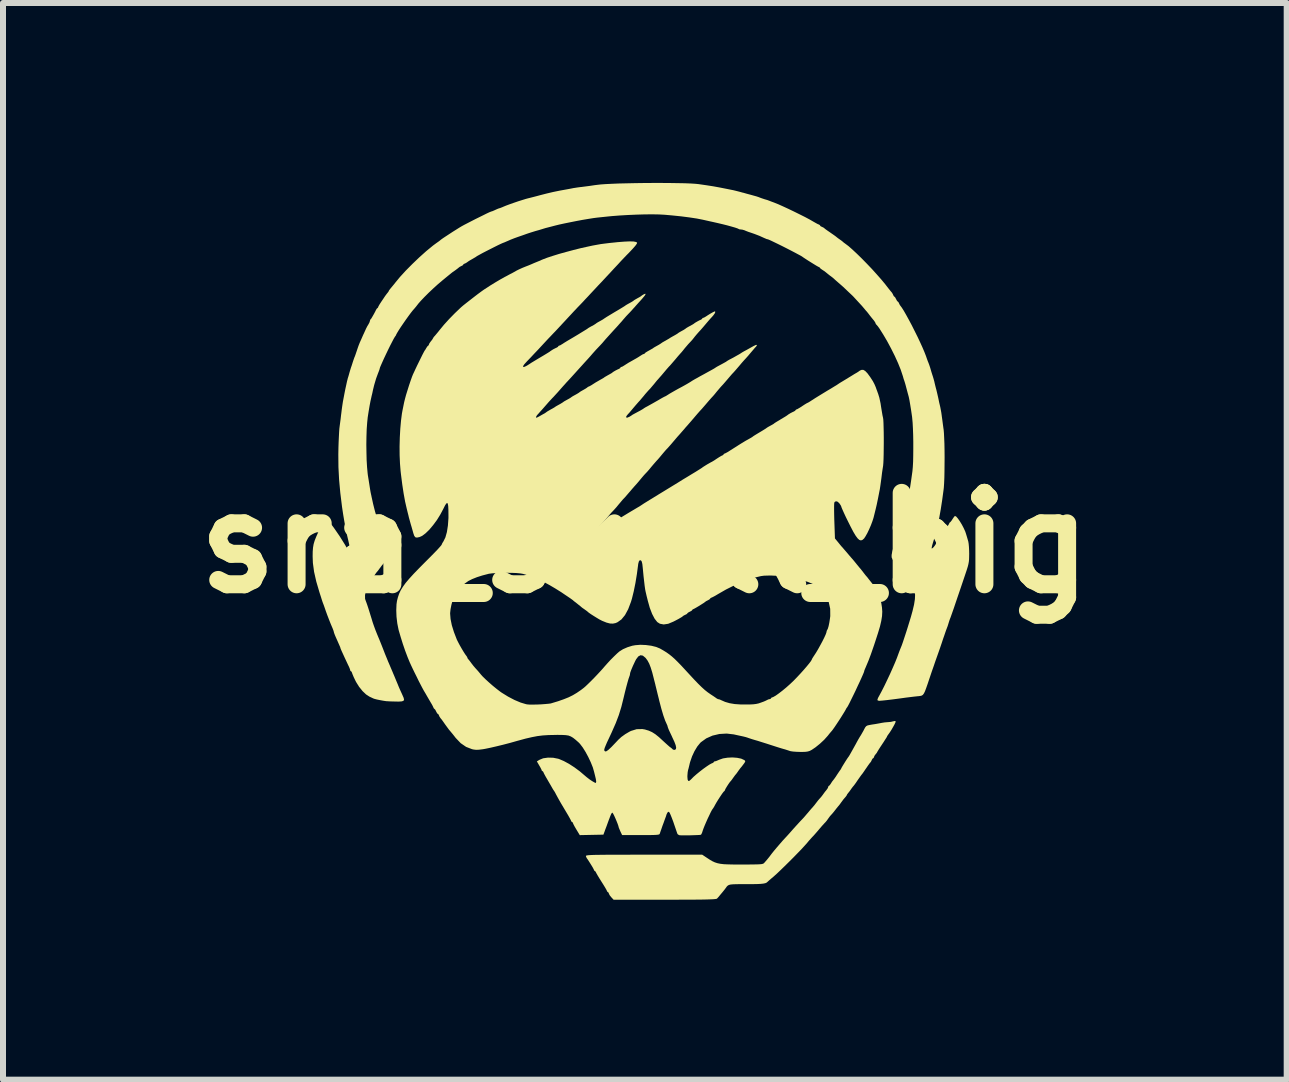
<source format=kicad_pcb>
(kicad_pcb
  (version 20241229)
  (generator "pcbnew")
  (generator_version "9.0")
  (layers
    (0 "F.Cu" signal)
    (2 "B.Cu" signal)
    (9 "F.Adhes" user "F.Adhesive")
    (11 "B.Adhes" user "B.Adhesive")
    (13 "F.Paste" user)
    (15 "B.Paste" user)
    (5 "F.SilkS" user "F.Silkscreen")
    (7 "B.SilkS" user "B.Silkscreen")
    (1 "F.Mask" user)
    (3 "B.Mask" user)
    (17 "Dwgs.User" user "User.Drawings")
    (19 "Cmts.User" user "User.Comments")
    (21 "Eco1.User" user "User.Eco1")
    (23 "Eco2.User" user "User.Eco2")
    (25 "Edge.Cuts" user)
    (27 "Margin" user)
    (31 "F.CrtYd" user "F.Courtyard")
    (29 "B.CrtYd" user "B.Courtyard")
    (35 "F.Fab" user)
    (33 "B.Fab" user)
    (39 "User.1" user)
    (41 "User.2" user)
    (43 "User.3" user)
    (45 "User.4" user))
  (footprint "sra_skull_big"
    (layer "F.Cu")
    (at 7.7 6.001)
    (property "Reference" "sra_skull_big" (at 0 0 0) (layer "F.SilkS") (effects (font (size 1.524 1.524) (thickness 0.3))))
    (attr board_only exclude_from_pos_files exclude_from_bom)
    (fp_poly (pts (xy 4.182 2.975) (xy 4.178 2.99) (xy 4.163 3.023) (xy 4.14 3.065) (xy 4.113 3.112) (xy 4.085 3.156) (xy 4.06 3.191) (xy 4.052 3.202) (xy 4.039 3.221) (xy 4.038 3.226) (xy 4.031 3.24) (xy 4.011 3.271) (xy 3.983 3.315) (xy 3.956 3.356) (xy 3.923 3.406) (xy 3.896 3.448) (xy 3.879 3.476) (xy 3.874 3.485) (xy 3.866 3.5) (xy 3.847 3.523) (xy 3.827 3.55) (xy 3.82 3.57) (xy 3.812 3.586) (xy 3.807 3.588) (xy 3.793 3.599) (xy 3.785 3.615) (xy 3.77 3.646) (xy 3.76 3.659) (xy 3.744 3.678) (xy 3.719 3.713) (xy 3.689 3.757) (xy 3.683 3.765) (xy 3.654 3.808) (xy 3.631 3.841) (xy 3.617 3.859) (xy 3.616 3.86) (xy 3.605 3.874) (xy 3.583 3.905) (xy 3.554 3.946) (xy 3.547 3.956) (xy 3.518 3.999) (xy 3.494 4.032) (xy 3.48 4.05) (xy 3.479 4.051) (xy 3.466 4.066) (xy 3.445 4.094) (xy 3.437 4.106) (xy 3.412 4.141) (xy 3.391 4.167) (xy 3.387 4.172) (xy 3.372 4.192) (xy 3.369 4.199) (xy 3.361 4.215) (xy 3.341 4.24) (xy 3.338 4.243) (xy 3.309 4.277) (xy 3.279 4.318) (xy 3.274 4.324) (xy 3.252 4.355) (xy 3.236 4.376) (xy 3.233 4.379) (xy 3.221 4.393) (xy 3.198 4.421) (xy 3.178 4.447) (xy 3.148 4.485) (xy 3.122 4.516) (xy 3.11 4.529) (xy 3.088 4.553) (xy 3.062 4.588) (xy 3.056 4.597) (xy 3.03 4.633) (xy 3.006 4.661) (xy 3.001 4.665) (xy 2.983 4.685) (xy 2.952 4.719) (xy 2.916 4.761) (xy 2.905 4.774) (xy 2.866 4.82) (xy 2.829 4.862) (xy 2.801 4.893) (xy 2.796 4.897) (xy 2.77 4.926) (xy 2.734 4.966) (xy 2.701 5.006) (xy 2.665 5.046) (xy 2.614 5.102) (xy 2.551 5.167) (xy 2.48 5.24) (xy 2.405 5.315) (xy 2.331 5.388) (xy 2.262 5.455) (xy 2.201 5.513) (xy 2.152 5.557) (xy 2.142 5.566) (xy 2.1 5.601) (xy 2.068 5.629) (xy 2.049 5.646) (xy 2.046 5.649) (xy 2.031 5.662) (xy 2.009 5.672) (xy 1.976 5.679) (xy 1.929 5.684) (xy 1.864 5.687) (xy 1.778 5.688) (xy 1.691 5.688) (xy 1.594 5.688) (xy 1.52 5.689) (xy 1.466 5.691) (xy 1.427 5.695) (xy 1.401 5.702) (xy 1.382 5.713) (xy 1.367 5.727) (xy 1.353 5.747) (xy 1.35 5.751) (xy 1.329 5.779) (xy 1.296 5.82) (xy 1.26 5.863) (xy 1.227 5.903) (xy 1.203 5.929) (xy 1.203 5.929) (xy 1.195 5.933) (xy 1.178 5.936) (xy 1.15 5.939) (xy 1.109 5.941) (xy 1.054 5.943) (xy 0.983 5.945) (xy 0.893 5.946) (xy 0.783 5.947) (xy 0.651 5.947) (xy 0.496 5.948) (xy 0.332 5.948) (xy -0.521 5.948) (xy -0.561 5.905) (xy -0.585 5.875) (xy -0.599 5.849) (xy -0.6 5.844) (xy -0.607 5.827) (xy -0.612 5.825) (xy -0.626 5.814) (xy -0.632 5.801) (xy -0.642 5.78) (xy -0.664 5.742) (xy -0.694 5.693) (xy -0.723 5.647) (xy -0.757 5.593) (xy -0.786 5.545) (xy -0.806 5.51) (xy -0.814 5.494) (xy -0.826 5.474) (xy -0.834 5.47) (xy -0.845 5.46) (xy -0.846 5.457) (xy -0.853 5.44) (xy -0.87 5.408) (xy -0.895 5.367) (xy -0.922 5.324) (xy -0.947 5.285) (xy -0.966 5.258) (xy -0.968 5.256) (xy -0.981 5.228) (xy -0.982 5.218) (xy -0.98 5.214) (xy -0.972 5.211) (xy -0.957 5.208) (xy -0.933 5.205) (xy -0.897 5.203) (xy -0.849 5.201) (xy -0.786 5.2) (xy -0.706 5.199) (xy -0.608 5.198) (xy -0.49 5.198) (xy -0.35 5.198) (xy -0.187 5.197) (xy -0.013 5.197) (xy 0.956 5.197) (xy 1.034 5.249) (xy 1.083 5.281) (xy 1.126 5.306) (xy 1.167 5.325) (xy 1.21 5.339) (xy 1.259 5.349) (xy 1.318 5.356) (xy 1.391 5.359) (xy 1.483 5.361) (xy 1.598 5.361) (xy 1.619 5.361) (xy 1.725 5.361) (xy 1.808 5.36) (xy 1.87 5.359) (xy 1.915 5.357) (xy 1.946 5.354) (xy 1.967 5.349) (xy 1.98 5.343) (xy 1.988 5.336) (xy 2.033 5.285) (xy 2.076 5.232) (xy 2.087 5.217) (xy 2.115 5.18) (xy 2.155 5.13) (xy 2.203 5.073) (xy 2.253 5.015) (xy 2.299 4.962) (xy 2.336 4.922) (xy 2.346 4.911) (xy 2.363 4.893) (xy 2.394 4.859) (xy 2.433 4.815) (xy 2.469 4.774) (xy 2.514 4.724) (xy 2.556 4.678) (xy 2.589 4.642) (xy 2.606 4.624) (xy 2.631 4.598) (xy 2.667 4.558) (xy 2.706 4.512) (xy 2.715 4.502) (xy 2.751 4.459) (xy 2.783 4.422) (xy 2.804 4.399) (xy 2.807 4.395) (xy 2.826 4.373) (xy 2.852 4.339) (xy 2.861 4.327) (xy 2.889 4.291) (xy 2.914 4.262) (xy 2.92 4.256) (xy 2.941 4.232) (xy 2.968 4.197) (xy 2.974 4.188) (xy 3.001 4.151) (xy 3.027 4.119) (xy 3.031 4.114) (xy 3.05 4.087) (xy 3.056 4.069) (xy 3.062 4.053) (xy 3.066 4.051) (xy 3.08 4.041) (xy 3.099 4.015) (xy 3.101 4.011) (xy 3.122 3.978) (xy 3.141 3.954) (xy 3.142 3.953) (xy 3.158 3.932) (xy 3.183 3.897) (xy 3.202 3.867) (xy 3.228 3.828) (xy 3.25 3.796) (xy 3.26 3.783) (xy 3.272 3.764) (xy 3.274 3.759) (xy 3.281 3.745) (xy 3.298 3.716) (xy 3.322 3.677) (xy 3.348 3.635) (xy 3.372 3.598) (xy 3.39 3.572) (xy 3.394 3.567) (xy 3.403 3.554) (xy 3.418 3.529) (xy 3.441 3.488) (xy 3.474 3.429) (xy 3.518 3.35) (xy 3.535 3.318) (xy 3.561 3.271) (xy 3.586 3.229) (xy 3.601 3.206) (xy 3.62 3.173) (xy 3.645 3.129) (xy 3.656 3.107) (xy 3.674 3.074) (xy 3.691 3.054) (xy 3.714 3.042) (xy 3.752 3.034) (xy 3.785 3.028) (xy 3.845 3.019) (xy 3.906 3.008) (xy 3.947 3) (xy 3.997 2.992) (xy 4.045 2.988) (xy 4.058 2.987) (xy 4.102 2.983) (xy 4.139 2.974) (xy 4.17 2.968)) (stroke (width 0) (type solid)) (fill yes) (layer "F.SilkS"))
    (fp_poly (pts (xy 0.418 -6) (xy 0.548 -5.998) (xy 0.664 -5.996) (xy 0.764 -5.992) (xy 0.844 -5.987) (xy 0.893 -5.982) (xy 1.025 -5.963) (xy 1.14 -5.945) (xy 1.25 -5.925) (xy 1.366 -5.902) (xy 1.48 -5.879) (xy 1.521 -5.869) (xy 1.576 -5.855) (xy 1.634 -5.839) (xy 1.637 -5.839) (xy 1.7 -5.821) (xy 1.764 -5.804) (xy 1.814 -5.79) (xy 1.861 -5.777) (xy 1.9 -5.764) (xy 1.917 -5.757) (xy 1.947 -5.746) (xy 1.989 -5.732) (xy 1.998 -5.729) (xy 2.04 -5.717) (xy 2.075 -5.704) (xy 2.08 -5.702) (xy 2.111 -5.69) (xy 2.152 -5.675) (xy 2.162 -5.671) (xy 2.222 -5.647) (xy 2.3 -5.612) (xy 2.389 -5.571) (xy 2.485 -5.525) (xy 2.58 -5.478) (xy 2.67 -5.433) (xy 2.747 -5.392) (xy 2.806 -5.358) (xy 2.806 -5.358) (xy 2.85 -5.333) (xy 2.885 -5.314) (xy 2.905 -5.307) (xy 2.905 -5.306) (xy 2.919 -5.297) (xy 2.919 -5.294) (xy 2.93 -5.28) (xy 2.946 -5.272) (xy 2.978 -5.257) (xy 2.991 -5.247) (xy 3.01 -5.231) (xy 3.045 -5.206) (xy 3.089 -5.176) (xy 3.097 -5.17) (xy 3.139 -5.141) (xy 3.173 -5.117) (xy 3.191 -5.103) (xy 3.192 -5.102) (xy 3.207 -5.09) (xy 3.235 -5.069) (xy 3.247 -5.061) (xy 3.278 -5.039) (xy 3.298 -5.023) (xy 3.301 -5.02) (xy 3.316 -5.007) (xy 3.342 -4.988) (xy 3.394 -4.949) (xy 3.459 -4.892) (xy 3.535 -4.821) (xy 3.617 -4.741) (xy 3.703 -4.653) (xy 3.788 -4.564) (xy 3.869 -4.474) (xy 3.943 -4.39) (xy 4.007 -4.313) (xy 4.023 -4.292) (xy 4.058 -4.247) (xy 4.089 -4.208) (xy 4.11 -4.183) (xy 4.115 -4.178) (xy 4.133 -4.15) (xy 4.14 -4.133) (xy 4.152 -4.111) (xy 4.16 -4.106) (xy 4.172 -4.095) (xy 4.187 -4.067) (xy 4.188 -4.065) (xy 4.203 -4.037) (xy 4.215 -4.024) (xy 4.216 -4.024) (xy 4.228 -4.013) (xy 4.236 -3.997) (xy 4.251 -3.966) (xy 4.261 -3.953) (xy 4.284 -3.922) (xy 4.317 -3.87) (xy 4.356 -3.802) (xy 4.401 -3.72) (xy 4.449 -3.63) (xy 4.497 -3.534) (xy 4.545 -3.438) (xy 4.589 -3.345) (xy 4.628 -3.259) (xy 4.66 -3.184) (xy 4.683 -3.125) (xy 4.686 -3.117) (xy 4.703 -3.068) (xy 4.719 -3.024) (xy 4.726 -3.008) (xy 4.741 -2.968) (xy 4.757 -2.92) (xy 4.761 -2.906) (xy 4.777 -2.851) (xy 4.795 -2.794) (xy 4.799 -2.783) (xy 4.814 -2.733) (xy 4.827 -2.685) (xy 4.829 -2.674) (xy 4.839 -2.632) (xy 4.852 -2.58) (xy 4.86 -2.551) (xy 4.874 -2.492) (xy 4.889 -2.427) (xy 4.896 -2.394) (xy 4.907 -2.34) (xy 4.919 -2.29) (xy 4.925 -2.264) (xy 4.932 -2.227) (xy 4.942 -2.173) (xy 4.95 -2.116) (xy 4.95 -2.114) (xy 4.959 -2.05) (xy 4.969 -1.973) (xy 4.979 -1.9) (xy 4.981 -1.889) (xy 4.986 -1.831) (xy 4.99 -1.751) (xy 4.994 -1.653) (xy 4.996 -1.543) (xy 4.997 -1.427) (xy 4.996 -1.309) (xy 4.995 -1.194) (xy 4.993 -1.088) (xy 4.989 -0.995) (xy 4.984 -0.921) (xy 4.98 -0.887) (xy 4.957 -0.717) (xy 4.933 -0.561) (xy 4.908 -0.421) (xy 4.884 -0.302) (xy 4.868 -0.239) (xy 4.855 -0.189) (xy 4.843 -0.141) (xy 4.842 -0.136) (xy 4.831 -0.098) (xy 4.816 -0.046) (xy 4.802 -0.001) (xy 4.789 0.044) (xy 4.782 0.078) (xy 4.781 0.093) (xy 4.793 0.089) (xy 4.814 0.07) (xy 4.835 0.043) (xy 4.851 0.018) (xy 4.856 0.003) (xy 4.864 -0.012) (xy 4.869 -0.014) (xy 4.883 -0.025) (xy 4.89 -0.041) (xy 4.905 -0.072) (xy 4.915 -0.085) (xy 4.934 -0.108) (xy 4.96 -0.145) (xy 4.991 -0.19) (xy 5.021 -0.236) (xy 5.048 -0.279) (xy 5.067 -0.311) (xy 5.075 -0.327) (xy 5.082 -0.341) (xy 5.085 -0.341) (xy 5.097 -0.352) (xy 5.118 -0.379) (xy 5.128 -0.396) (xy 5.15 -0.428) (xy 5.166 -0.447) (xy 5.17 -0.45) (xy 5.191 -0.439) (xy 5.219 -0.407) (xy 5.251 -0.361) (xy 5.284 -0.307) (xy 5.315 -0.248) (xy 5.341 -0.191) (xy 5.354 -0.152) (xy 5.37 -0.099) (xy 5.385 -0.047) (xy 5.392 -0.023) (xy 5.398 0.013) (xy 5.403 0.067) (xy 5.406 0.132) (xy 5.407 0.182) (xy 5.406 0.234) (xy 5.405 0.276) (xy 5.401 0.314) (xy 5.394 0.353) (xy 5.383 0.397) (xy 5.365 0.454) (xy 5.341 0.526) (xy 5.316 0.6) (xy 5.263 0.757) (xy 5.218 0.889) (xy 5.181 0.998) (xy 5.151 1.087) (xy 5.127 1.155) (xy 5.109 1.206) (xy 5.097 1.24) (xy 5.089 1.26) (xy 5.088 1.262) (xy 5.077 1.293) (xy 5.064 1.334) (xy 5.061 1.344) (xy 5.048 1.386) (xy 5.035 1.42) (xy 5.033 1.426) (xy 5.024 1.449) (xy 5.009 1.492) (xy 4.99 1.548) (xy 4.973 1.596) (xy 4.948 1.672) (xy 4.918 1.76) (xy 4.887 1.848) (xy 4.87 1.896) (xy 4.844 1.969) (xy 4.814 2.057) (xy 4.781 2.151) (xy 4.751 2.241) (xy 4.745 2.258) (xy 4.714 2.351) (xy 4.689 2.422) (xy 4.67 2.473) (xy 4.653 2.508) (xy 4.636 2.531) (xy 4.618 2.544) (xy 4.596 2.55) (xy 4.568 2.554) (xy 4.545 2.556) (xy 4.48 2.563) (xy 4.407 2.572) (xy 4.358 2.578) (xy 4.249 2.593) (xy 4.135 2.608) (xy 4.027 2.621) (xy 3.959 2.628) (xy 3.909 2.632) (xy 3.882 2.627) (xy 3.877 2.611) (xy 3.889 2.58) (xy 3.903 2.555) (xy 3.944 2.479) (xy 3.99 2.389) (xy 4.038 2.289) (xy 4.087 2.185) (xy 4.132 2.084) (xy 4.172 1.992) (xy 4.203 1.915) (xy 4.215 1.882) (xy 4.237 1.822) (xy 4.256 1.773) (xy 4.267 1.746) (xy 4.283 1.707) (xy 4.304 1.647) (xy 4.329 1.571) (xy 4.357 1.486) (xy 4.385 1.397) (xy 4.412 1.309) (xy 4.437 1.227) (xy 4.456 1.158) (xy 4.462 1.137) (xy 4.488 1.027) (xy 4.502 0.937) (xy 4.505 0.865) (xy 4.496 0.806) (xy 4.476 0.758) (xy 4.475 0.757) (xy 4.448 0.711) (xy 4.419 0.667) (xy 4.394 0.632) (xy 4.379 0.614) (xy 4.367 0.599) (xy 4.346 0.571) (xy 4.338 0.559) (xy 4.316 0.528) (xy 4.3 0.508) (xy 4.297 0.505) (xy 4.285 0.49) (xy 4.264 0.462) (xy 4.256 0.45) (xy 4.234 0.419) (xy 4.218 0.399) (xy 4.215 0.396) (xy 4.188 0.366) (xy 4.158 0.323) (xy 4.132 0.279) (xy 4.115 0.243) (xy 4.114 0.237) (xy 4.114 0.201) (xy 4.124 0.147) (xy 4.142 0.081) (xy 4.165 0.009) (xy 4.193 -0.061) (xy 4.217 -0.112) (xy 4.227 -0.146) (xy 4.229 -0.161) (xy 4.233 -0.187) (xy 4.238 -0.196) (xy 4.247 -0.215) (xy 4.261 -0.258) (xy 4.28 -0.322) (xy 4.302 -0.406) (xy 4.319 -0.471) (xy 4.332 -0.525) (xy 4.345 -0.577) (xy 4.352 -0.604) (xy 4.365 -0.654) (xy 4.378 -0.705) (xy 4.378 -0.706) (xy 4.393 -0.768) (xy 4.407 -0.841) (xy 4.422 -0.928) (xy 4.438 -1.034) (xy 4.456 -1.162) (xy 4.461 -1.198) (xy 4.467 -1.264) (xy 4.472 -1.352) (xy 4.474 -1.455) (xy 4.475 -1.568) (xy 4.475 -1.685) (xy 4.473 -1.801) (xy 4.469 -1.909) (xy 4.464 -2.004) (xy 4.457 -2.08) (xy 4.455 -2.101) (xy 4.438 -2.217) (xy 4.423 -2.309) (xy 4.411 -2.38) (xy 4.4 -2.433) (xy 4.394 -2.455) (xy 4.383 -2.495) (xy 4.369 -2.548) (xy 4.359 -2.585) (xy 4.346 -2.635) (xy 4.333 -2.679) (xy 4.326 -2.701) (xy 4.314 -2.735) (xy 4.301 -2.781) (xy 4.296 -2.796) (xy 4.265 -2.889) (xy 4.221 -2.998) (xy 4.167 -3.117) (xy 4.105 -3.241) (xy 4.04 -3.362) (xy 3.973 -3.476) (xy 3.911 -3.574) (xy 3.886 -3.609) (xy 3.866 -3.633) (xy 3.858 -3.64) (xy 3.847 -3.656) (xy 3.847 -3.66) (xy 3.838 -3.68) (xy 3.818 -3.709) (xy 3.811 -3.717) (xy 3.779 -3.756) (xy 3.745 -3.799) (xy 3.74 -3.806) (xy 3.716 -3.837) (xy 3.7 -3.857) (xy 3.697 -3.86) (xy 3.685 -3.873) (xy 3.661 -3.902) (xy 3.628 -3.941) (xy 3.615 -3.956) (xy 3.473 -4.11) (xy 3.308 -4.267) (xy 3.274 -4.297) (xy 3.228 -4.337) (xy 3.189 -4.371) (xy 3.162 -4.395) (xy 3.154 -4.403) (xy 3.132 -4.422) (xy 3.098 -4.448) (xy 3.085 -4.457) (xy 3.051 -4.484) (xy 3.024 -4.506) (xy 3.018 -4.511) (xy 2.994 -4.53) (xy 2.961 -4.551) (xy 2.96 -4.552) (xy 2.932 -4.571) (xy 2.919 -4.585) (xy 2.919 -4.586) (xy 2.909 -4.597) (xy 2.906 -4.597) (xy 2.891 -4.604) (xy 2.859 -4.622) (xy 2.815 -4.649) (xy 2.765 -4.68) (xy 2.714 -4.712) (xy 2.668 -4.742) (xy 2.632 -4.766) (xy 2.626 -4.771) (xy 2.602 -4.786) (xy 2.559 -4.809) (xy 2.503 -4.839) (xy 2.436 -4.874) (xy 2.364 -4.911) (xy 2.291 -4.948) (xy 2.22 -4.983) (xy 2.156 -5.014) (xy 2.104 -5.039) (xy 2.068 -5.055) (xy 2.052 -5.061) (xy 2.03 -5.066) (xy 1.998 -5.08) (xy 1.997 -5.08) (xy 1.911 -5.119) (xy 1.828 -5.151) (xy 1.773 -5.17) (xy 1.725 -5.186) (xy 1.684 -5.202) (xy 1.661 -5.212) (xy 1.628 -5.222) (xy 1.605 -5.225) (xy 1.576 -5.228) (xy 1.564 -5.234) (xy 1.545 -5.243) (xy 1.504 -5.257) (xy 1.445 -5.274) (xy 1.373 -5.294) (xy 1.293 -5.314) (xy 1.208 -5.334) (xy 1.124 -5.353) (xy 1.091 -5.36) (xy 1.038 -5.372) (xy 0.98 -5.385) (xy 0.962 -5.389) (xy 0.866 -5.408) (xy 0.747 -5.426) (xy 0.608 -5.444) (xy 0.453 -5.46) (xy 0.329 -5.471) (xy 0.239 -5.476) (xy 0.127 -5.478) (xy 0.000038 -5.477) (xy -0.137 -5.473) (xy -0.277 -5.467) (xy -0.415 -5.459) (xy -0.545 -5.449) (xy -0.607 -5.443) (xy -0.673 -5.436) (xy -0.741 -5.429) (xy -0.798 -5.423) (xy -0.798 -5.423) (xy -0.859 -5.415) (xy -0.94 -5.402) (xy -1.036 -5.386) (xy -1.138 -5.367) (xy -1.243 -5.346) (xy -1.342 -5.326) (xy -1.429 -5.307) (xy -1.49 -5.292) (xy -1.586 -5.267) (xy -1.656 -5.249) (xy -1.692 -5.238) (xy -1.721 -5.229) (xy -1.767 -5.215) (xy -1.821 -5.2) (xy -1.828 -5.198) (xy -1.886 -5.18) (xy -1.942 -5.162) (xy -1.983 -5.148) (xy -1.985 -5.147) (xy -2.03 -5.131) (xy -2.085 -5.112) (xy -2.117 -5.101) (xy -2.175 -5.08) (xy -2.239 -5.055) (xy -2.27 -5.041) (xy -2.312 -5.023) (xy -2.342 -5.01) (xy -2.353 -5.006) (xy -2.369 -5) (xy -2.405 -4.984) (xy -2.455 -4.96) (xy -2.515 -4.93) (xy -2.58 -4.897) (xy -2.645 -4.864) (xy -2.705 -4.833) (xy -2.756 -4.805) (xy -2.792 -4.785) (xy -2.81 -4.774) (xy -2.81 -4.773) (xy -2.825 -4.763) (xy -2.856 -4.745) (xy -2.878 -4.732) (xy -2.917 -4.71) (xy -2.948 -4.69) (xy -2.957 -4.683) (xy -2.984 -4.665) (xy -3.001 -4.658) (xy -3.023 -4.647) (xy -3.028 -4.638) (xy -3.04 -4.625) (xy -3.056 -4.618) (xy -3.087 -4.602) (xy -3.1 -4.592) (xy -3.122 -4.574) (xy -3.155 -4.549) (xy -3.165 -4.542) (xy -3.189 -4.525) (xy -3.211 -4.51) (xy -3.232 -4.493) (xy -3.259 -4.471) (xy -3.296 -4.441) (xy -3.347 -4.399) (xy -3.381 -4.371) (xy -3.455 -4.308) (xy -3.531 -4.239) (xy -3.606 -4.168) (xy -3.675 -4.099) (xy -3.733 -4.038) (xy -3.777 -3.988) (xy -3.786 -3.976) (xy -3.814 -3.94) (xy -3.839 -3.91) (xy -3.847 -3.901) (xy -3.87 -3.875) (xy -3.903 -3.833) (xy -3.942 -3.78) (xy -3.985 -3.72) (xy -4.028 -3.658) (xy -4.069 -3.598) (xy -4.104 -3.544) (xy -4.13 -3.501) (xy -4.145 -3.474) (xy -4.147 -3.467) (xy -4.156 -3.45) (xy -4.158 -3.449) (xy -4.168 -3.435) (xy -4.188 -3.401) (xy -4.214 -3.351) (xy -4.246 -3.289) (xy -4.28 -3.22) (xy -4.314 -3.149) (xy -4.347 -3.079) (xy -4.376 -3.015) (xy -4.399 -2.963) (xy -4.415 -2.925) (xy -4.42 -2.907) (xy -4.425 -2.888) (xy -4.438 -2.853) (xy -4.448 -2.828) (xy -4.48 -2.741) (xy -4.512 -2.633) (xy -4.532 -2.551) (xy -4.543 -2.498) (xy -4.556 -2.445) (xy -4.558 -2.435) (xy -4.574 -2.364) (xy -4.589 -2.285) (xy -4.605 -2.19) (xy -4.62 -2.094) (xy -4.629 -2.005) (xy -4.637 -1.896) (xy -4.641 -1.772) (xy -4.643 -1.641) (xy -4.641 -1.508) (xy -4.638 -1.381) (xy -4.631 -1.265) (xy -4.622 -1.167) (xy -4.618 -1.132) (xy -4.602 -1.033) (xy -4.59 -0.957) (xy -4.581 -0.898) (xy -4.573 -0.851) (xy -4.565 -0.812) (xy -4.557 -0.777) (xy -4.557 -0.774) (xy -4.545 -0.72) (xy -4.533 -0.665) (xy -4.53 -0.651) (xy -4.516 -0.595) (xy -4.499 -0.528) (xy -4.479 -0.46) (xy -4.46 -0.396) (xy -4.443 -0.346) (xy -4.433 -0.321) (xy -4.422 -0.292) (xy -4.407 -0.249) (xy -4.399 -0.225) (xy -4.382 -0.176) (xy -4.366 -0.132) (xy -4.359 -0.116) (xy -4.344 -0.082) (xy -4.324 -0.034) (xy -4.303 0.014) (xy -4.274 0.1) (xy -4.268 0.174) (xy -4.285 0.243) (xy -4.327 0.309) (xy -4.349 0.334) (xy -4.383 0.374) (xy -4.416 0.418) (xy -4.42 0.423) (xy -4.442 0.454) (xy -4.458 0.474) (xy -4.461 0.477) (xy -4.477 0.496) (xy -4.502 0.532) (xy -4.533 0.58) (xy -4.566 0.632) (xy -4.597 0.684) (xy -4.621 0.728) (xy -4.624 0.733) (xy -4.652 0.803) (xy -4.665 0.872) (xy -4.664 0.932) (xy -4.653 0.965) (xy -4.644 0.988) (xy -4.629 1.03) (xy -4.611 1.085) (xy -4.596 1.132) (xy -4.576 1.197) (xy -4.557 1.258) (xy -4.542 1.308) (xy -4.535 1.33) (xy -4.516 1.385) (xy -4.491 1.453) (xy -4.463 1.523) (xy -4.441 1.576) (xy -4.429 1.604) (xy -4.41 1.651) (xy -4.386 1.711) (xy -4.36 1.777) (xy -4.359 1.78) (xy -4.333 1.847) (xy -4.308 1.908) (xy -4.288 1.957) (xy -4.276 1.987) (xy -4.275 1.988) (xy -4.235 2.082) (xy -4.2 2.164) (xy -4.197 2.172) (xy -4.176 2.221) (xy -4.15 2.284) (xy -4.122 2.351) (xy -4.098 2.41) (xy -4.096 2.414) (xy -4.078 2.455) (xy -4.055 2.505) (xy -4.042 2.534) (xy -4.021 2.582) (xy -4.014 2.614) (xy -4.025 2.633) (xy -4.056 2.642) (xy -4.11 2.645) (xy -4.143 2.644) (xy -4.204 2.643) (xy -4.261 2.641) (xy -4.303 2.638) (xy -4.311 2.638) (xy -4.358 2.631) (xy -4.413 2.621) (xy -4.467 2.61) (xy -4.509 2.599) (xy -4.528 2.592) (xy -4.555 2.579) (xy -4.59 2.563) (xy -4.647 2.526) (xy -4.706 2.47) (xy -4.764 2.398) (xy -4.814 2.318) (xy -4.828 2.29) (xy -4.853 2.238) (xy -4.871 2.195) (xy -4.882 2.166) (xy -4.884 2.159) (xy -4.892 2.143) (xy -4.897 2.142) (xy -4.91 2.131) (xy -4.911 2.124) (xy -4.916 2.104) (xy -4.931 2.067) (xy -4.951 2.026) (xy -4.979 1.966) (xy -5.008 1.904) (xy -5.034 1.847) (xy -5.056 1.799) (xy -5.07 1.766) (xy -5.075 1.752) (xy -5.076 1.746) (xy -5.081 1.732) (xy -5.092 1.707) (xy -5.11 1.666) (xy -5.137 1.605) (xy -5.155 1.565) (xy -5.171 1.526) (xy -5.182 1.496) (xy -5.184 1.487) (xy -5.189 1.467) (xy -5.202 1.432) (xy -5.209 1.415) (xy -5.236 1.352) (xy -5.266 1.276) (xy -5.296 1.198) (xy -5.321 1.129) (xy -5.329 1.105) (xy -5.344 1.062) (xy -5.357 1.026) (xy -5.361 1.016) (xy -5.373 0.984) (xy -5.386 0.944) (xy -5.387 0.941) (xy -5.4 0.899) (xy -5.417 0.847) (xy -5.424 0.825) (xy -5.477 0.645) (xy -5.514 0.482) (xy -5.534 0.334) (xy -5.538 0.227) (xy -5.537 0.145) (xy -5.532 0.08) (xy -5.522 0.021) (xy -5.505 -0.037) (xy -5.478 -0.105) (xy -5.444 -0.181) (xy -5.424 -0.228) (xy -5.409 -0.265) (xy -5.402 -0.286) (xy -5.402 -0.287) (xy -5.396 -0.31) (xy -5.389 -0.324) (xy -5.374 -0.357) (xy -5.369 -0.372) (xy -5.352 -0.392) (xy -5.323 -0.392) (xy -5.286 -0.372) (xy -5.256 -0.344) (xy -5.225 -0.307) (xy -5.184 -0.252) (xy -5.137 -0.184) (xy -5.087 -0.111) (xy -5.04 -0.036) (xy -4.997 0.033) (xy -4.979 0.065) (xy -4.951 0.112) (xy -4.931 0.14) (xy -4.918 0.147) (xy -4.913 0.132) (xy -4.917 0.095) (xy -4.927 0.034) (xy -4.946 -0.051) (xy -4.968 -0.143) (xy -4.981 -0.203) (xy -4.996 -0.282) (xy -5.012 -0.373) (xy -5.028 -0.468) (xy -5.042 -0.56) (xy -5.048 -0.6) (xy -5.077 -0.835) (xy -5.097 -1.053) (xy -5.108 -1.263) (xy -5.11 -1.474) (xy -5.108 -1.589) (xy -5.105 -1.679) (xy -5.101 -1.765) (xy -5.097 -1.842) (xy -5.093 -1.903) (xy -5.088 -1.943) (xy -5.088 -1.944) (xy -5.081 -1.996) (xy -5.072 -2.063) (xy -5.064 -2.133) (xy -5.061 -2.155) (xy -5.053 -2.222) (xy -5.044 -2.286) (xy -5.036 -2.339) (xy -5.034 -2.353) (xy -5.021 -2.421) (xy -5.007 -2.495) (xy -4.992 -2.57) (xy -4.977 -2.638) (xy -4.965 -2.694) (xy -4.955 -2.732) (xy -4.953 -2.742) (xy -4.942 -2.776) (xy -4.929 -2.822) (xy -4.925 -2.837) (xy -4.912 -2.881) (xy -4.901 -2.917) (xy -4.898 -2.926) (xy -4.887 -2.957) (xy -4.874 -2.998) (xy -4.871 -3.008) (xy -4.857 -3.05) (xy -4.845 -3.084) (xy -4.843 -3.09) (xy -4.832 -3.116) (xy -4.817 -3.159) (xy -4.801 -3.206) (xy -4.785 -3.254) (xy -4.77 -3.296) (xy -4.752 -3.341) (xy -4.728 -3.394) (xy -4.697 -3.465) (xy -4.675 -3.512) (xy -4.656 -3.554) (xy -4.647 -3.574) (xy -4.628 -3.611) (xy -4.608 -3.644) (xy -4.591 -3.676) (xy -4.583 -3.701) (xy -4.578 -3.722) (xy -4.573 -3.726) (xy -4.561 -3.74) (xy -4.542 -3.772) (xy -4.518 -3.814) (xy -4.494 -3.859) (xy -4.482 -3.884) (xy -4.467 -3.908) (xy -4.457 -3.915) (xy -4.447 -3.926) (xy -4.447 -3.93) (xy -4.44 -3.946) (xy -4.421 -3.979) (xy -4.393 -4.022) (xy -4.362 -4.068) (xy -4.332 -4.113) (xy -4.305 -4.15) (xy -4.287 -4.172) (xy -4.272 -4.192) (xy -4.27 -4.199) (xy -4.261 -4.215) (xy -4.241 -4.24) (xy -4.239 -4.243) (xy -4.213 -4.274) (xy -4.179 -4.315) (xy -4.161 -4.338) (xy -4.082 -4.434) (xy -3.985 -4.54) (xy -3.876 -4.65) (xy -3.761 -4.76) (xy -3.645 -4.864) (xy -3.533 -4.956) (xy -3.509 -4.974) (xy -3.475 -4.999) (xy -3.465 -5.006) (xy -3.434 -5.028) (xy -3.413 -5.044) (xy -3.41 -5.047) (xy -3.395 -5.059) (xy -3.361 -5.083) (xy -3.314 -5.114) (xy -3.259 -5.15) (xy -3.201 -5.188) (xy -3.145 -5.223) (xy -3.096 -5.254) (xy -3.059 -5.276) (xy -3.056 -5.278) (xy -3.014 -5.301) (xy -2.958 -5.33) (xy -2.894 -5.363) (xy -2.824 -5.399) (xy -2.755 -5.433) (xy -2.69 -5.465) (xy -2.634 -5.493) (xy -2.591 -5.513) (xy -2.566 -5.523) (xy -2.561 -5.525) (xy -2.543 -5.53) (xy -2.51 -5.544) (xy -2.493 -5.552) (xy -2.457 -5.568) (xy -2.431 -5.578) (xy -2.425 -5.579) (xy -2.407 -5.585) (xy -2.374 -5.598) (xy -2.356 -5.606) (xy -2.315 -5.623) (xy -2.256 -5.645) (xy -2.185 -5.67) (xy -2.112 -5.695) (xy -2.042 -5.717) (xy -1.984 -5.735) (xy -1.951 -5.744) (xy -1.918 -5.752) (xy -1.867 -5.765) (xy -1.805 -5.781) (xy -1.746 -5.797) (xy -1.637 -5.825) (xy -1.531 -5.85) (xy -1.419 -5.873) (xy -1.303 -5.894) (xy -1.254 -5.903) (xy -1.213 -5.911) (xy -1.194 -5.915) (xy -1.167 -5.919) (xy -1.123 -5.926) (xy -1.069 -5.933) (xy -1.057 -5.934) (xy -0.995 -5.942) (xy -0.918 -5.952) (xy -0.838 -5.964) (xy -0.798 -5.969) (xy -0.738 -5.976) (xy -0.654 -5.982) (xy -0.551 -5.987) (xy -0.431 -5.992) (xy -0.299 -5.995) (xy -0.159 -5.998) (xy -0.013 -6) (xy 0.134 -6.001) (xy 0.279 -6.001)) (stroke (width 0) (type solid)) (fill yes) (layer "F.SilkS"))
    (fp_poly (pts (xy -0.187 -5.025) (xy -0.146 -5.017) (xy -0.129 -5.006) (xy -0.134 -4.988) (xy -0.159 -4.953) (xy -0.205 -4.901) (xy -0.27 -4.832) (xy -0.3 -4.802) (xy -0.349 -4.751) (xy -0.402 -4.695) (xy -0.442 -4.651) (xy -0.473 -4.618) (xy -0.518 -4.57) (xy -0.573 -4.51) (xy -0.635 -4.444) (xy -0.699 -4.375) (xy -0.708 -4.365) (xy -0.774 -4.296) (xy -0.839 -4.226) (xy -0.899 -4.162) (xy -0.949 -4.108) (xy -0.986 -4.069) (xy -0.989 -4.066) (xy -1.033 -4.018) (xy -1.077 -3.972) (xy -1.113 -3.935) (xy -1.119 -3.929) (xy -1.144 -3.902) (xy -1.184 -3.86) (xy -1.233 -3.807) (xy -1.288 -3.748) (xy -1.323 -3.71) (xy -1.378 -3.651) (xy -1.429 -3.596) (xy -1.471 -3.551) (xy -1.502 -3.518) (xy -1.514 -3.506) (xy -1.534 -3.485) (xy -1.569 -3.448) (xy -1.616 -3.399) (xy -1.669 -3.342) (xy -1.719 -3.288) (xy -1.78 -3.222) (xy -1.842 -3.157) (xy -1.898 -3.097) (xy -1.945 -3.048) (xy -1.969 -3.023) (xy -2.009 -2.979) (xy -2.029 -2.949) (xy -2.029 -2.934) (xy -2.009 -2.935) (xy -1.98 -2.948) (xy -1.952 -2.964) (xy -1.937 -2.974) (xy -1.923 -2.983) (xy -1.891 -3.004) (xy -1.843 -3.033) (xy -1.785 -3.068) (xy -1.76 -3.083) (xy -1.699 -3.119) (xy -1.646 -3.151) (xy -1.607 -3.175) (xy -1.585 -3.189) (xy -1.582 -3.192) (xy -1.562 -3.206) (xy -1.529 -3.227) (xy -1.494 -3.245) (xy -1.47 -3.256) (xy -1.45 -3.268) (xy -1.446 -3.275) (xy -1.435 -3.287) (xy -1.431 -3.288) (xy -1.41 -3.295) (xy -1.381 -3.313) (xy -1.38 -3.313) (xy -1.345 -3.336) (xy -1.301 -3.363) (xy -1.288 -3.371) (xy -1.235 -3.402) (xy -1.176 -3.437) (xy -1.116 -3.473) (xy -1.059 -3.508) (xy -1.01 -3.538) (xy -0.974 -3.56) (xy -0.956 -3.572) (xy -0.955 -3.573) (xy -0.94 -3.584) (xy -0.909 -3.602) (xy -0.887 -3.614) (xy -0.85 -3.634) (xy -0.825 -3.65) (xy -0.818 -3.655) (xy -0.802 -3.667) (xy -0.784 -3.678) (xy -0.73 -3.708) (xy -0.697 -3.727) (xy -0.682 -3.738) (xy -0.682 -3.738) (xy -0.668 -3.747) (xy -0.636 -3.768) (xy -0.588 -3.797) (xy -0.53 -3.832) (xy -0.505 -3.847) (xy -0.444 -3.883) (xy -0.391 -3.915) (xy -0.352 -3.939) (xy -0.33 -3.953) (xy -0.327 -3.956) (xy -0.312 -3.966) (xy -0.281 -3.984) (xy -0.259 -3.996) (xy -0.223 -4.016) (xy -0.197 -4.032) (xy -0.191 -4.037) (xy -0.175 -4.049) (xy -0.153 -4.062) (xy -0.116 -4.083) (xy -0.092 -4.096) (xy -0.066 -4.112) (xy -0.055 -4.121) (xy -0.038 -4.133) (xy -0.017 -4.145) (xy 0.007 -4.155) (xy 0.012 -4.146) (xy -0.004 -4.12) (xy -0.039 -4.078) (xy -0.059 -4.055) (xy -0.102 -4.008) (xy -0.145 -3.96) (xy -0.178 -3.922) (xy -0.179 -3.922) (xy -0.218 -3.878) (xy -0.26 -3.833) (xy -0.273 -3.82) (xy -0.312 -3.779) (xy -0.35 -3.735) (xy -0.36 -3.724) (xy -0.384 -3.695) (xy -0.422 -3.653) (xy -0.468 -3.601) (xy -0.518 -3.547) (xy -0.518 -3.547) (xy -0.567 -3.493) (xy -0.614 -3.441) (xy -0.652 -3.399) (xy -0.677 -3.37) (xy -0.677 -3.37) (xy -0.71 -3.331) (xy -0.751 -3.287) (xy -0.771 -3.266) (xy -0.812 -3.223) (xy -0.854 -3.176) (xy -0.871 -3.157) (xy -0.907 -3.115) (xy -0.949 -3.068) (xy -0.973 -3.042) (xy -1.005 -3.007) (xy -1.049 -2.958) (xy -1.099 -2.903) (xy -1.146 -2.851) (xy -1.192 -2.8) (xy -1.233 -2.755) (xy -1.264 -2.721) (xy -1.282 -2.702) (xy -1.282 -2.701) (xy -1.3 -2.683) (xy -1.33 -2.649) (xy -1.37 -2.605) (xy -1.405 -2.565) (xy -1.45 -2.514) (xy -1.492 -2.468) (xy -1.525 -2.432) (xy -1.542 -2.415) (xy -1.566 -2.389) (xy -1.602 -2.35) (xy -1.643 -2.303) (xy -1.664 -2.279) (xy -1.706 -2.231) (xy -1.745 -2.188) (xy -1.774 -2.155) (xy -1.784 -2.145) (xy -1.806 -2.117) (xy -1.815 -2.095) (xy -1.808 -2.087) (xy -1.793 -2.093) (xy -1.764 -2.108) (xy -1.755 -2.113) (xy -1.715 -2.136) (xy -1.679 -2.156) (xy -1.676 -2.157) (xy -1.65 -2.174) (xy -1.637 -2.184) (xy -1.622 -2.194) (xy -1.591 -2.212) (xy -1.569 -2.225) (xy -1.532 -2.245) (xy -1.507 -2.26) (xy -1.501 -2.264) (xy -1.484 -2.276) (xy -1.463 -2.288) (xy -1.425 -2.309) (xy -1.402 -2.322) (xy -1.376 -2.338) (xy -1.364 -2.346) (xy -1.348 -2.358) (xy -1.327 -2.37) (xy -1.289 -2.391) (xy -1.265 -2.404) (xy -1.239 -2.42) (xy -1.228 -2.428) (xy -1.211 -2.44) (xy -1.194 -2.45) (xy -1.141 -2.479) (xy -1.109 -2.498) (xy -1.093 -2.509) (xy -1.091 -2.511) (xy -1.076 -2.522) (xy -1.045 -2.54) (xy -1.023 -2.552) (xy -0.987 -2.573) (xy -0.963 -2.589) (xy -0.957 -2.595) (xy -0.942 -2.605) (xy -0.939 -2.605) (xy -0.921 -2.613) (xy -0.889 -2.631) (xy -0.869 -2.644) (xy -0.819 -2.676) (xy -0.765 -2.707) (xy -0.75 -2.716) (xy -0.714 -2.736) (xy -0.688 -2.751) (xy -0.682 -2.756) (xy -0.666 -2.767) (xy -0.63 -2.788) (xy -0.58 -2.816) (xy -0.555 -2.83) (xy -0.546 -2.837) (xy -0.525 -2.853) (xy -0.491 -2.873) (xy -0.456 -2.891) (xy -0.433 -2.901) (xy -0.413 -2.913) (xy -0.409 -2.921) (xy -0.399 -2.932) (xy -0.394 -2.933) (xy -0.374 -2.94) (xy -0.344 -2.958) (xy -0.343 -2.959) (xy -0.307 -2.982) (xy -0.264 -3.009) (xy -0.256 -3.013) (xy -0.208 -3.04) (xy -0.159 -3.068) (xy -0.153 -3.071) (xy -0.111 -3.096) (xy -0.072 -3.121) (xy -0.066 -3.125) (xy -0.037 -3.143) (xy -0.015 -3.151) (xy -0.015 -3.151) (xy -0.001 -3.158) (xy 0 -3.161) (xy 0.011 -3.173) (xy 0.04 -3.191) (xy 0.065 -3.205) (xy 0.102 -3.226) (xy 0.129 -3.241) (xy 0.136 -3.246) (xy 0.151 -3.257) (xy 0.184 -3.276) (xy 0.238 -3.306) (xy 0.239 -3.307) (xy 0.263 -3.322) (xy 0.273 -3.329) (xy 0.288 -3.34) (xy 0.319 -3.358) (xy 0.341 -3.37) (xy 0.377 -3.391) (xy 0.403 -3.406) (xy 0.409 -3.41) (xy 0.424 -3.42) (xy 0.455 -3.438) (xy 0.477 -3.45) (xy 0.514 -3.471) (xy 0.539 -3.486) (xy 0.546 -3.491) (xy 0.562 -3.503) (xy 0.583 -3.516) (xy 0.621 -3.537) (xy 0.645 -3.55) (xy 0.67 -3.566) (xy 0.682 -3.575) (xy 0.697 -3.586) (xy 0.728 -3.604) (xy 0.75 -3.616) (xy 0.787 -3.636) (xy 0.812 -3.651) (xy 0.818 -3.656) (xy 0.839 -3.671) (xy 0.873 -3.691) (xy 0.908 -3.71) (xy 0.931 -3.72) (xy 0.951 -3.732) (xy 0.955 -3.739) (xy 0.965 -3.751) (xy 0.97 -3.751) (xy 0.991 -3.759) (xy 1.02 -3.776) (xy 1.021 -3.777) (xy 1.053 -3.798) (xy 1.092 -3.822) (xy 1.129 -3.843) (xy 1.157 -3.857) (xy 1.167 -3.86) (xy 1.175 -3.852) (xy 1.166 -3.828) (xy 1.142 -3.794) (xy 1.122 -3.771) (xy 1.085 -3.731) (xy 1.042 -3.681) (xy 1.009 -3.642) (xy 0.97 -3.596) (xy 0.93 -3.55) (xy 0.902 -3.52) (xy 0.865 -3.478) (xy 0.829 -3.435) (xy 0.821 -3.424) (xy 0.789 -3.384) (xy 0.756 -3.348) (xy 0.75 -3.342) (xy 0.722 -3.312) (xy 0.687 -3.271) (xy 0.664 -3.244) (xy 0.634 -3.206) (xy 0.608 -3.175) (xy 0.596 -3.162) (xy 0.58 -3.144) (xy 0.551 -3.111) (xy 0.516 -3.069) (xy 0.505 -3.056) (xy 0.467 -3.012) (xy 0.435 -2.975) (xy 0.413 -2.95) (xy 0.409 -2.947) (xy 0.391 -2.927) (xy 0.361 -2.893) (xy 0.325 -2.85) (xy 0.314 -2.837) (xy 0.278 -2.794) (xy 0.246 -2.758) (xy 0.226 -2.735) (xy 0.223 -2.731) (xy 0.205 -2.712) (xy 0.178 -2.679) (xy 0.154 -2.649) (xy 0.119 -2.608) (xy 0.086 -2.569) (xy 0.068 -2.551) (xy 0.041 -2.521) (xy 0.005 -2.48) (xy -0.019 -2.45) (xy -0.053 -2.41) (xy -0.084 -2.373) (xy -0.101 -2.355) (xy -0.124 -2.329) (xy -0.157 -2.291) (xy -0.191 -2.251) (xy -0.227 -2.208) (xy -0.26 -2.169) (xy -0.283 -2.145) (xy -0.309 -2.112) (xy -0.312 -2.092) (xy -0.294 -2.088) (xy -0.258 -2.103) (xy -0.256 -2.104) (xy -0.23 -2.12) (xy -0.218 -2.128) (xy -0.204 -2.138) (xy -0.171 -2.156) (xy -0.128 -2.179) (xy -0.123 -2.182) (xy -0.079 -2.205) (xy -0.045 -2.225) (xy -0.028 -2.235) (xy -0.027 -2.236) (xy -0.012 -2.247) (xy 0.018 -2.265) (xy 0.034 -2.273) (xy 0.131 -2.327) (xy 0.226 -2.381) (xy 0.256 -2.399) (xy 0.295 -2.421) (xy 0.325 -2.437) (xy 0.336 -2.442) (xy 0.351 -2.449) (xy 0.378 -2.466) (xy 0.38 -2.467) (xy 0.411 -2.487) (xy 0.456 -2.513) (xy 0.498 -2.537) (xy 0.555 -2.569) (xy 0.617 -2.602) (xy 0.655 -2.623) (xy 0.701 -2.649) (xy 0.743 -2.674) (xy 0.764 -2.687) (xy 0.795 -2.707) (xy 0.838 -2.732) (xy 0.873 -2.751) (xy 0.924 -2.78) (xy 0.976 -2.808) (xy 1.003 -2.823) (xy 1.052 -2.85) (xy 1.103 -2.878) (xy 1.112 -2.883) (xy 1.146 -2.902) (xy 1.169 -2.916) (xy 1.173 -2.919) (xy 1.182 -2.925) (xy 1.201 -2.937) (xy 1.236 -2.956) (xy 1.29 -2.985) (xy 1.33 -3.007) (xy 1.355 -3.021) (xy 1.364 -3.028) (xy 1.379 -3.038) (xy 1.41 -3.056) (xy 1.426 -3.064) (xy 1.479 -3.092) (xy 1.53 -3.121) (xy 1.573 -3.145) (xy 1.6 -3.162) (xy 1.603 -3.164) (xy 1.621 -3.176) (xy 1.656 -3.196) (xy 1.692 -3.215) (xy 1.742 -3.243) (xy 1.792 -3.271) (xy 1.818 -3.285) (xy 1.852 -3.301) (xy 1.868 -3.301) (xy 1.864 -3.286) (xy 1.852 -3.271) (xy 1.835 -3.253) (xy 1.807 -3.22) (xy 1.771 -3.178) (xy 1.76 -3.165) (xy 1.723 -3.121) (xy 1.69 -3.084) (xy 1.668 -3.06) (xy 1.664 -3.056) (xy 1.646 -3.036) (xy 1.616 -3.002) (xy 1.58 -2.959) (xy 1.569 -2.946) (xy 1.532 -2.903) (xy 1.5 -2.866) (xy 1.477 -2.841) (xy 1.474 -2.837) (xy 1.455 -2.818) (xy 1.425 -2.783) (xy 1.389 -2.741) (xy 1.378 -2.728) (xy 1.341 -2.685) (xy 1.309 -2.648) (xy 1.286 -2.623) (xy 1.282 -2.619) (xy 1.263 -2.598) (xy 1.234 -2.564) (xy 1.2 -2.524) (xy 1.167 -2.483) (xy 1.137 -2.448) (xy 1.118 -2.428) (xy 1.1 -2.408) (xy 1.07 -2.374) (xy 1.034 -2.332) (xy 1.023 -2.319) (xy 0.986 -2.276) (xy 0.953 -2.238) (xy 0.931 -2.214) (xy 0.927 -2.21) (xy 0.909 -2.19) (xy 0.879 -2.156) (xy 0.843 -2.114) (xy 0.832 -2.101) (xy 0.797 -2.06) (xy 0.769 -2.027) (xy 0.752 -2.008) (xy 0.75 -2.005) (xy 0.739 -1.993) (xy 0.714 -1.964) (xy 0.679 -1.925) (xy 0.655 -1.896) (xy 0.616 -1.852) (xy 0.585 -1.816) (xy 0.564 -1.793) (xy 0.559 -1.787) (xy 0.547 -1.774) (xy 0.523 -1.746) (xy 0.49 -1.707) (xy 0.477 -1.692) (xy 0.438 -1.646) (xy 0.401 -1.604) (xy 0.373 -1.573) (xy 0.368 -1.569) (xy 0.341 -1.539) (xy 0.306 -1.498) (xy 0.281 -1.468) (xy 0.247 -1.427) (xy 0.216 -1.391) (xy 0.199 -1.373) (xy 0.176 -1.347) (xy 0.143 -1.309) (xy 0.109 -1.269) (xy 0.073 -1.225) (xy 0.038 -1.185) (xy 0.014 -1.16) (xy -0.014 -1.13) (xy -0.049 -1.089) (xy -0.074 -1.059) (xy -0.108 -1.018) (xy -0.139 -0.982) (xy -0.156 -0.963) (xy -0.178 -0.939) (xy -0.211 -0.901) (xy -0.249 -0.856) (xy -0.259 -0.845) (xy -0.296 -0.802) (xy -0.328 -0.765) (xy -0.351 -0.74) (xy -0.355 -0.737) (xy -0.374 -0.716) (xy -0.403 -0.681) (xy -0.437 -0.641) (xy -0.473 -0.597) (xy -0.508 -0.558) (xy -0.532 -0.532) (xy -0.559 -0.504) (xy -0.594 -0.463) (xy -0.628 -0.423) (xy -0.672 -0.371) (xy -0.721 -0.315) (xy -0.754 -0.28) (xy -0.795 -0.232) (xy -0.816 -0.198) (xy -0.818 -0.18) (xy -0.8 -0.179) (xy -0.763 -0.197) (xy -0.732 -0.216) (xy -0.693 -0.241) (xy -0.64 -0.274) (xy -0.584 -0.308) (xy -0.573 -0.314) (xy -0.526 -0.342) (xy -0.489 -0.365) (xy -0.467 -0.38) (xy -0.464 -0.382) (xy -0.45 -0.392) (xy -0.418 -0.412) (xy -0.371 -0.441) (xy -0.315 -0.475) (xy -0.254 -0.512) (xy -0.193 -0.548) (xy -0.136 -0.582) (xy -0.131 -0.585) (xy -0.088 -0.61) (xy -0.05 -0.635) (xy -0.041 -0.641) (xy -0.017 -0.657) (xy 0.025 -0.683) (xy 0.08 -0.717) (xy 0.141 -0.754) (xy 0.15 -0.76) (xy 0.228 -0.808) (xy 0.317 -0.862) (xy 0.405 -0.916) (xy 0.464 -0.952) (xy 0.541 -0.999) (xy 0.629 -1.054) (xy 0.717 -1.107) (xy 0.784 -1.148) (xy 0.844 -1.184) (xy 0.895 -1.216) (xy 0.933 -1.24) (xy 0.953 -1.253) (xy 0.955 -1.255) (xy 0.97 -1.266) (xy 1 -1.285) (xy 1.037 -1.308) (xy 1.074 -1.329) (xy 1.102 -1.345) (xy 1.113 -1.35) (xy 1.127 -1.358) (xy 1.157 -1.376) (xy 1.197 -1.403) (xy 1.2 -1.405) (xy 1.242 -1.432) (xy 1.276 -1.452) (xy 1.295 -1.46) (xy 1.295 -1.46) (xy 1.309 -1.47) (xy 1.31 -1.473) (xy 1.32 -1.486) (xy 1.323 -1.487) (xy 1.341 -1.494) (xy 1.375 -1.512) (xy 1.412 -1.535) (xy 1.467 -1.57) (xy 1.529 -1.609) (xy 1.563 -1.631) (xy 1.611 -1.661) (xy 1.657 -1.689) (xy 1.684 -1.705) (xy 1.724 -1.727) (xy 1.759 -1.747) (xy 1.761 -1.748) (xy 1.788 -1.764) (xy 1.801 -1.774) (xy 1.815 -1.784) (xy 1.847 -1.804) (xy 1.89 -1.83) (xy 1.91 -1.842) (xy 1.957 -1.87) (xy 1.994 -1.893) (xy 2.016 -1.907) (xy 2.019 -1.909) (xy 2.035 -1.921) (xy 2.056 -1.934) (xy 2.094 -1.955) (xy 2.118 -1.968) (xy 2.144 -1.983) (xy 2.155 -1.992) (xy 2.169 -2.002) (xy 2.201 -2.022) (xy 2.245 -2.048) (xy 2.264 -2.06) (xy 2.311 -2.088) (xy 2.349 -2.111) (xy 2.37 -2.125) (xy 2.374 -2.128) (xy 2.394 -2.143) (xy 2.427 -2.163) (xy 2.462 -2.181) (xy 2.486 -2.192) (xy 2.506 -2.204) (xy 2.51 -2.211) (xy 2.521 -2.223) (xy 2.524 -2.224) (xy 2.542 -2.231) (xy 2.575 -2.25) (xy 2.617 -2.276) (xy 2.619 -2.278) (xy 2.66 -2.305) (xy 2.691 -2.324) (xy 2.707 -2.333) (xy 2.708 -2.333) (xy 2.723 -2.34) (xy 2.753 -2.358) (xy 2.793 -2.384) (xy 2.794 -2.384) (xy 2.835 -2.411) (xy 2.893 -2.447) (xy 2.96 -2.488) (xy 3.029 -2.53) (xy 3.042 -2.538) (xy 3.103 -2.574) (xy 3.155 -2.606) (xy 3.195 -2.63) (xy 3.216 -2.644) (xy 3.219 -2.646) (xy 3.235 -2.657) (xy 3.26 -2.673) (xy 3.287 -2.689) (xy 3.33 -2.715) (xy 3.38 -2.745) (xy 3.397 -2.756) (xy 3.448 -2.787) (xy 3.493 -2.815) (xy 3.526 -2.834) (xy 3.533 -2.838) (xy 3.56 -2.855) (xy 3.574 -2.866) (xy 3.591 -2.876) (xy 3.613 -2.885) (xy 3.642 -2.885) (xy 3.673 -2.867) (xy 3.71 -2.829) (xy 3.755 -2.768) (xy 3.763 -2.756) (xy 3.801 -2.697) (xy 3.827 -2.648) (xy 3.849 -2.597) (xy 3.86 -2.565) (xy 3.875 -2.525) (xy 3.887 -2.491) (xy 3.888 -2.49) (xy 3.909 -2.421) (xy 3.929 -2.329) (xy 3.942 -2.244) (xy 3.952 -2.185) (xy 3.961 -2.13) (xy 3.97 -2.089) (xy 3.971 -2.086) (xy 3.975 -2.056) (xy 3.978 -2.003) (xy 3.98 -1.933) (xy 3.982 -1.849) (xy 3.983 -1.757) (xy 3.983 -1.661) (xy 3.982 -1.566) (xy 3.981 -1.476) (xy 3.979 -1.397) (xy 3.976 -1.332) (xy 3.972 -1.286) (xy 3.97 -1.273) (xy 3.963 -1.229) (xy 3.954 -1.169) (xy 3.946 -1.102) (xy 3.943 -1.078) (xy 3.934 -1.011) (xy 3.925 -0.947) (xy 3.917 -0.894) (xy 3.914 -0.88) (xy 3.903 -0.824) (xy 3.891 -0.762) (xy 3.886 -0.737) (xy 3.876 -0.689) (xy 3.865 -0.636) (xy 3.85 -0.572) (xy 3.83 -0.491) (xy 3.812 -0.419) (xy 3.794 -0.363) (xy 3.769 -0.296) (xy 3.739 -0.227) (xy 3.708 -0.162) (xy 3.678 -0.109) (xy 3.654 -0.073) (xy 3.652 -0.072) (xy 3.627 -0.05) (xy 3.602 -0.042) (xy 3.576 -0.05) (xy 3.548 -0.075) (xy 3.515 -0.119) (xy 3.476 -0.184) (xy 3.43 -0.272) (xy 3.392 -0.348) (xy 3.351 -0.431) (xy 3.318 -0.502) (xy 3.293 -0.558) (xy 3.278 -0.594) (xy 3.274 -0.608) (xy 3.267 -0.624) (xy 3.249 -0.651) (xy 3.246 -0.656) (xy 3.216 -0.686) (xy 3.187 -0.695) (xy 3.164 -0.683) (xy 3.159 -0.672) (xy 3.156 -0.652) (xy 3.155 -0.609) (xy 3.155 -0.548) (xy 3.156 -0.472) (xy 3.158 -0.387) (xy 3.159 -0.362) (xy 3.169 -0.075) (xy 3.225 -0.007) (xy 3.254 0.029) (xy 3.277 0.057) (xy 3.288 0.068) (xy 3.299 0.081) (xy 3.324 0.11) (xy 3.357 0.148) (xy 3.37 0.163) (xy 3.406 0.206) (xy 3.437 0.242) (xy 3.458 0.266) (xy 3.461 0.269) (xy 3.478 0.289) (xy 3.505 0.322) (xy 3.529 0.352) (xy 3.558 0.387) (xy 3.579 0.413) (xy 3.588 0.423) (xy 3.6 0.437) (xy 3.622 0.465) (xy 3.642 0.491) (xy 3.669 0.526) (xy 3.689 0.551) (xy 3.697 0.559) (xy 3.709 0.573) (xy 3.731 0.602) (xy 3.751 0.627) (xy 3.781 0.665) (xy 3.805 0.695) (xy 3.816 0.707) (xy 3.836 0.736) (xy 3.861 0.784) (xy 3.887 0.843) (xy 3.912 0.906) (xy 3.932 0.966) (xy 3.942 1.005) (xy 3.953 1.076) (xy 3.958 1.146) (xy 3.954 1.22) (xy 3.941 1.301) (xy 3.919 1.395) (xy 3.886 1.505) (xy 3.85 1.616) (xy 3.821 1.704) (xy 3.793 1.785) (xy 3.768 1.857) (xy 3.747 1.913) (xy 3.733 1.95) (xy 3.73 1.958) (xy 3.712 2.001) (xy 3.696 2.039) (xy 3.693 2.046) (xy 3.678 2.082) (xy 3.668 2.104) (xy 3.658 2.131) (xy 3.656 2.142) (xy 3.65 2.16) (xy 3.634 2.198) (xy 3.61 2.252) (xy 3.58 2.318) (xy 3.546 2.39) (xy 3.511 2.466) (xy 3.475 2.54) (xy 3.441 2.609) (xy 3.412 2.668) (xy 3.389 2.712) (xy 3.374 2.738) (xy 3.37 2.742) (xy 3.359 2.758) (xy 3.344 2.787) (xy 3.342 2.79) (xy 3.327 2.816) (xy 3.301 2.858) (xy 3.268 2.911) (xy 3.231 2.968) (xy 3.194 3.024) (xy 3.161 3.073) (xy 3.134 3.111) (xy 3.118 3.132) (xy 3.118 3.132) (xy 3.102 3.15) (xy 3.075 3.182) (xy 3.05 3.214) (xy 2.99 3.281) (xy 2.918 3.348) (xy 2.845 3.407) (xy 2.783 3.449) (xy 2.751 3.466) (xy 2.72 3.476) (xy 2.683 3.482) (xy 2.632 3.484) (xy 2.59 3.484) (xy 2.528 3.482) (xy 2.473 3.478) (xy 2.432 3.472) (xy 2.42 3.469) (xy 2.381 3.456) (xy 2.334 3.441) (xy 2.319 3.437) (xy 2.281 3.426) (xy 2.225 3.409) (xy 2.16 3.388) (xy 2.101 3.369) (xy 2.027 3.345) (xy 1.95 3.321) (xy 1.881 3.299) (xy 1.842 3.288) (xy 1.789 3.272) (xy 1.743 3.257) (xy 1.714 3.247) (xy 1.712 3.246) (xy 1.683 3.237) (xy 1.639 3.226) (xy 1.616 3.221) (xy 1.56 3.209) (xy 1.501 3.196) (xy 1.484 3.192) (xy 1.364 3.178) (xy 1.243 3.185) (xy 1.128 3.212) (xy 1.024 3.258) (xy 0.935 3.322) (xy 0.922 3.335) (xy 0.874 3.394) (xy 0.827 3.472) (xy 0.787 3.558) (xy 0.757 3.645) (xy 0.75 3.669) (xy 0.738 3.72) (xy 0.727 3.765) (xy 0.721 3.784) (xy 0.714 3.821) (xy 0.71 3.871) (xy 0.709 3.897) (xy 0.713 3.945) (xy 0.724 3.968) (xy 0.744 3.965) (xy 0.773 3.939) (xy 0.81 3.901) (xy 0.859 3.858) (xy 0.915 3.812) (xy 0.973 3.767) (xy 1.029 3.727) (xy 1.077 3.695) (xy 1.114 3.675) (xy 1.13 3.669) (xy 1.145 3.66) (xy 1.146 3.656) (xy 1.157 3.643) (xy 1.164 3.642) (xy 1.186 3.637) (xy 1.222 3.622) (xy 1.24 3.614) (xy 1.303 3.592) (xy 1.379 3.58) (xy 1.46 3.576) (xy 1.538 3.582) (xy 1.606 3.596) (xy 1.656 3.619) (xy 1.657 3.619) (xy 1.671 3.632) (xy 1.673 3.646) (xy 1.66 3.668) (xy 1.643 3.691) (xy 1.618 3.724) (xy 1.6 3.746) (xy 1.595 3.751) (xy 1.584 3.766) (xy 1.563 3.794) (xy 1.555 3.806) (xy 1.533 3.837) (xy 1.517 3.858) (xy 1.514 3.86) (xy 1.502 3.875) (xy 1.481 3.904) (xy 1.473 3.915) (xy 1.451 3.946) (xy 1.435 3.967) (xy 1.432 3.97) (xy 1.417 3.987) (xy 1.395 4.018) (xy 1.371 4.055) (xy 1.35 4.089) (xy 1.338 4.113) (xy 1.337 4.118) (xy 1.328 4.135) (xy 1.326 4.136) (xy 1.312 4.149) (xy 1.288 4.181) (xy 1.259 4.224) (xy 1.227 4.273) (xy 1.196 4.323) (xy 1.172 4.365) (xy 1.152 4.402) (xy 1.136 4.427) (xy 1.131 4.433) (xy 1.119 4.451) (xy 1.099 4.488) (xy 1.075 4.539) (xy 1.047 4.597) (xy 1.02 4.658) (xy 0.996 4.714) (xy 0.977 4.762) (xy 0.966 4.793) (xy 0.953 4.833) (xy 0.94 4.859) (xy 0.933 4.865) (xy 0.914 4.868) (xy 0.874 4.87) (xy 0.82 4.872) (xy 0.758 4.874) (xy 0.697 4.875) (xy 0.641 4.875) (xy 0.599 4.874) (xy 0.578 4.873) (xy 0.551 4.86) (xy 0.541 4.845) (xy 0.503 4.734) (xy 0.473 4.646) (xy 0.448 4.58) (xy 0.429 4.533) (xy 0.415 4.502) (xy 0.404 4.486) (xy 0.396 4.481) (xy 0.378 4.493) (xy 0.364 4.521) (xy 0.363 4.522) (xy 0.351 4.561) (xy 0.34 4.59) (xy 0.329 4.62) (xy 0.313 4.665) (xy 0.293 4.718) (xy 0.275 4.771) (xy 0.259 4.816) (xy 0.25 4.844) (xy 0.249 4.846) (xy 0.245 4.854) (xy 0.235 4.86) (xy 0.217 4.864) (xy 0.186 4.867) (xy 0.139 4.869) (xy 0.074 4.87) (xy -0.013 4.87) (xy -0.068 4.87) (xy -0.379 4.87) (xy -0.408 4.809) (xy -0.424 4.771) (xy -0.435 4.744) (xy -0.437 4.736) (xy -0.442 4.716) (xy -0.455 4.679) (xy -0.473 4.634) (xy -0.493 4.587) (xy -0.513 4.543) (xy -0.53 4.511) (xy -0.54 4.497) (xy -0.54 4.496) (xy -0.55 4.502) (xy -0.561 4.518) (xy -0.575 4.551) (xy -0.595 4.604) (xy -0.598 4.611) (xy -0.615 4.657) (xy -0.629 4.696) (xy -0.635 4.713) (xy -0.646 4.742) (xy -0.662 4.784) (xy -0.668 4.802) (xy -0.691 4.863) (xy -0.888 4.867) (xy -1.085 4.871) (xy -1.143 4.775) (xy -1.17 4.729) (xy -1.19 4.691) (xy -1.2 4.668) (xy -1.2 4.665) (xy -1.211 4.652) (xy -1.214 4.652) (xy -1.227 4.642) (xy -1.228 4.638) (xy -1.234 4.622) (xy -1.252 4.588) (xy -1.279 4.54) (xy -1.312 4.485) (xy -1.36 4.404) (xy -1.397 4.342) (xy -1.425 4.293) (xy -1.448 4.252) (xy -1.468 4.215) (xy -1.479 4.195) (xy -1.497 4.16) (xy -1.511 4.137) (xy -1.514 4.133) (xy -1.525 4.117) (xy -1.539 4.094) (xy -1.576 4.029) (xy -1.607 3.976) (xy -1.637 3.924) (xy -1.649 3.904) (xy -1.671 3.864) (xy -1.687 3.833) (xy -1.692 3.819) (xy -1.702 3.806) (xy -1.705 3.806) (xy -1.718 3.796) (xy -1.719 3.793) (xy -1.725 3.775) (xy -1.742 3.742) (xy -1.76 3.711) (xy -1.8 3.642) (xy -1.758 3.616) (xy -1.695 3.59) (xy -1.615 3.579) (xy -1.529 3.581) (xy -1.443 3.598) (xy -1.426 3.604) (xy -1.351 3.636) (xy -1.264 3.683) (xy -1.173 3.742) (xy -1.084 3.808) (xy -1.017 3.865) (xy -0.971 3.904) (xy -0.923 3.941) (xy -0.878 3.971) (xy -0.842 3.992) (xy -0.82 4.001) (xy -0.816 4) (xy -0.811 3.979) (xy -0.816 3.942) (xy -0.819 3.927) (xy -0.831 3.877) (xy -0.843 3.829) (xy -0.845 3.82) (xy -0.867 3.743) (xy -0.901 3.658) (xy -0.943 3.569) (xy -0.989 3.484) (xy -1.007 3.455) (xy -0.677 3.455) (xy -0.676 3.46) (xy -0.663 3.476) (xy -0.641 3.473) (xy -0.608 3.45) (xy -0.561 3.406) (xy -0.555 3.4) (xy -0.513 3.356) (xy -0.473 3.314) (xy -0.443 3.282) (xy -0.441 3.28) (xy -0.392 3.235) (xy -0.327 3.188) (xy -0.259 3.148) (xy -0.231 3.134) (xy -0.137 3.105) (xy -0.041 3.103) (xy 0.001 3.11) (xy 0.064 3.129) (xy 0.12 3.154) (xy 0.175 3.189) (xy 0.236 3.238) (xy 0.302 3.299) (xy 0.347 3.34) (xy 0.387 3.376) (xy 0.417 3.402) (xy 0.425 3.407) (xy 0.452 3.428) (xy 0.465 3.442) (xy 0.484 3.45) (xy 0.5 3.449) (xy 0.517 3.438) (xy 0.522 3.413) (xy 0.514 3.372) (xy 0.492 3.314) (xy 0.455 3.235) (xy 0.451 3.225) (xy 0.424 3.168) (xy 0.401 3.119) (xy 0.387 3.084) (xy 0.382 3.069) (xy 0.376 3.046) (xy 0.37 3.032) (xy 0.339 2.963) (xy 0.308 2.875) (xy 0.276 2.767) (xy 0.241 2.634) (xy 0.233 2.599) (xy 0.215 2.528) (xy 0.199 2.462) (xy 0.186 2.408) (xy 0.177 2.373) (xy 0.177 2.37) (xy 0.164 2.319) (xy 0.151 2.269) (xy 0.151 2.268) (xy 0.124 2.162) (xy 0.098 2.078) (xy 0.073 2.013) (xy 0.045 1.961) (xy 0.014 1.919) (xy 0.008 1.913) (xy -0.033 1.879) (xy -0.072 1.872) (xy -0.109 1.892) (xy -0.145 1.939) (xy -0.16 1.967) (xy -0.199 2.05) (xy -0.226 2.114) (xy -0.242 2.157) (xy -0.246 2.175) (xy -0.25 2.203) (xy -0.258 2.226) (xy -0.273 2.269) (xy -0.291 2.332) (xy -0.312 2.41) (xy -0.334 2.497) (xy -0.355 2.585) (xy -0.392 2.734) (xy -0.434 2.87) (xy -0.485 3.004) (xy -0.548 3.147) (xy -0.556 3.165) (xy -0.599 3.257) (xy -0.632 3.327) (xy -0.654 3.379) (xy -0.669 3.416) (xy -0.676 3.44) (xy -0.677 3.455) (xy -1.007 3.455) (xy -1.036 3.409) (xy -1.081 3.35) (xy -1.104 3.326) (xy -1.155 3.281) (xy -1.197 3.248) (xy -1.234 3.226) (xy -1.273 3.211) (xy -1.32 3.204) (xy -1.38 3.201) (xy -1.46 3.2) (xy -1.499 3.201) (xy -1.605 3.203) (xy -1.7 3.209) (xy -1.79 3.22) (xy -1.884 3.238) (xy -1.988 3.262) (xy -2.109 3.295) (xy -2.128 3.3) (xy -2.248 3.334) (xy -2.367 3.365) (xy -2.478 3.392) (xy -2.578 3.415) (xy -2.66 3.432) (xy -2.7 3.439) (xy -2.764 3.447) (xy -2.812 3.449) (xy -2.855 3.444) (xy -2.882 3.438) (xy -2.98 3.4) (xy -3.07 3.338) (xy -3.153 3.251) (xy -3.167 3.233) (xy -3.2 3.191) (xy -3.234 3.15) (xy -3.239 3.144) (xy -3.266 3.112) (xy -3.3 3.066) (xy -3.332 3.022) (xy -3.362 2.979) (xy -3.388 2.943) (xy -3.405 2.923) (xy -3.405 2.923) (xy -3.424 2.895) (xy -3.431 2.878) (xy -3.442 2.856) (xy -3.45 2.851) (xy -3.463 2.84) (xy -3.478 2.812) (xy -3.479 2.81) (xy -3.493 2.782) (xy -3.505 2.769) (xy -3.506 2.769) (xy -3.518 2.758) (xy -3.524 2.745) (xy -3.537 2.717) (xy -3.556 2.682) (xy -3.557 2.681) (xy -3.577 2.647) (xy -3.604 2.601) (xy -3.629 2.558) (xy -3.657 2.509) (xy -3.684 2.464) (xy -3.7 2.435) (xy -3.715 2.407) (xy -3.739 2.361) (xy -3.77 2.301) (xy -3.803 2.233) (xy -3.838 2.163) (xy -3.87 2.097) (xy -3.897 2.04) (xy -3.916 1.998) (xy -3.919 1.992) (xy -3.956 1.902) (xy -3.996 1.796) (xy -4.035 1.682) (xy -4.07 1.57) (xy -4.099 1.471) (xy -4.106 1.446) (xy -4.127 1.341) (xy -4.14 1.23) (xy -4.142 1.18) (xy -3.246 1.18) (xy -3.239 1.268) (xy -3.218 1.372) (xy -3.183 1.485) (xy -3.138 1.602) (xy -3.135 1.61) (xy -3.114 1.652) (xy -3.086 1.705) (xy -3.054 1.761) (xy -3.023 1.813) (xy -2.996 1.855) (xy -2.978 1.88) (xy -2.977 1.88) (xy -2.963 1.901) (xy -2.96 1.91) (xy -2.952 1.929) (xy -2.943 1.939) (xy -2.924 1.962) (xy -2.899 1.995) (xy -2.892 2.005) (xy -2.859 2.048) (xy -2.822 2.091) (xy -2.817 2.096) (xy -2.781 2.136) (xy -2.744 2.18) (xy -2.738 2.188) (xy -2.706 2.224) (xy -2.658 2.271) (xy -2.599 2.325) (xy -2.535 2.381) (xy -2.471 2.433) (xy -2.414 2.477) (xy -2.387 2.496) (xy -2.28 2.562) (xy -2.173 2.618) (xy -2.071 2.661) (xy -1.981 2.688) (xy -1.958 2.692) (xy -1.921 2.695) (xy -1.866 2.695) (xy -1.8 2.694) (xy -1.73 2.691) (xy -1.663 2.686) (xy -1.607 2.681) (xy -1.568 2.676) (xy -1.562 2.674) (xy -1.446 2.639) (xy -1.352 2.606) (xy -1.272 2.574) (xy -1.201 2.539) (xy -1.134 2.499) (xy -1.064 2.451) (xy -1.017 2.415) (xy -0.988 2.39) (xy -0.946 2.35) (xy -0.894 2.299) (xy -0.838 2.242) (xy -0.783 2.184) (xy -0.732 2.129) (xy -0.69 2.082) (xy -0.683 2.073) (xy -0.63 2.013) (xy -0.572 1.95) (xy -0.513 1.891) (xy -0.461 1.841) (xy -0.424 1.809) (xy -0.365 1.772) (xy -0.29 1.739) (xy -0.21 1.714) (xy -0.16 1.705) (xy -0.075 1.698) (xy 0.017 1.702) (xy 0.108 1.714) (xy 0.189 1.734) (xy 0.252 1.76) (xy 0.252 1.76) (xy 0.311 1.794) (xy 0.361 1.825) (xy 0.406 1.857) (xy 0.45 1.892) (xy 0.496 1.933) (xy 0.548 1.984) (xy 0.609 2.047) (xy 0.682 2.126) (xy 0.729 2.177) (xy 0.815 2.27) (xy 0.887 2.345) (xy 0.947 2.404) (xy 1 2.452) (xy 1.048 2.49) (xy 1.094 2.522) (xy 1.098 2.525) (xy 1.141 2.553) (xy 1.176 2.577) (xy 1.196 2.591) (xy 1.196 2.592) (xy 1.22 2.604) (xy 1.227 2.605) (xy 1.251 2.611) (xy 1.265 2.618) (xy 1.338 2.65) (xy 1.414 2.672) (xy 1.498 2.686) (xy 1.599 2.693) (xy 1.671 2.693) (xy 1.75 2.693) (xy 1.809 2.69) (xy 1.856 2.684) (xy 1.897 2.675) (xy 1.937 2.661) (xy 1.984 2.644) (xy 2.02 2.628) (xy 2.039 2.618) (xy 2.063 2.607) (xy 2.076 2.605) (xy 2.097 2.599) (xy 2.101 2.592) (xy 2.111 2.579) (xy 2.115 2.578) (xy 2.14 2.569) (xy 2.182 2.545) (xy 2.234 2.508) (xy 2.295 2.461) (xy 2.359 2.408) (xy 2.422 2.352) (xy 2.481 2.296) (xy 2.484 2.293) (xy 2.539 2.236) (xy 2.595 2.176) (xy 2.649 2.116) (xy 2.698 2.059) (xy 2.739 2.009) (xy 2.768 1.971) (xy 2.782 1.947) (xy 2.783 1.944) (xy 2.79 1.928) (xy 2.808 1.899) (xy 2.822 1.878) (xy 2.854 1.829) (xy 2.889 1.77) (xy 2.925 1.705) (xy 2.96 1.64) (xy 2.99 1.58) (xy 3.013 1.53) (xy 3.026 1.495) (xy 3.028 1.484) (xy 3.034 1.46) (xy 3.038 1.454) (xy 3.05 1.431) (xy 3.063 1.388) (xy 3.075 1.33) (xy 3.085 1.266) (xy 3.091 1.22) (xy 3.09 1.098) (xy 3.065 0.984) (xy 3.017 0.88) (xy 2.949 0.791) (xy 2.86 0.718) (xy 2.811 0.689) (xy 2.718 0.65) (xy 2.605 0.615) (xy 2.48 0.586) (xy 2.348 0.564) (xy 2.218 0.549) (xy 2.095 0.543) (xy 1.987 0.546) (xy 1.935 0.553) (xy 1.806 0.584) (xy 1.663 0.632) (xy 1.51 0.698) (xy 1.352 0.777) (xy 1.218 0.854) (xy 1.171 0.882) (xy 1.133 0.902) (xy 1.109 0.913) (xy 1.105 0.914) (xy 1.092 0.923) (xy 1.091 0.925) (xy 1.08 0.939) (xy 1.057 0.953) (xy 1.025 0.969) (xy 1.006 0.982) (xy 0.981 1.001) (xy 0.943 1.025) (xy 0.9 1.052) (xy 0.858 1.077) (xy 0.824 1.096) (xy 0.805 1.105) (xy 0.804 1.105) (xy 0.791 1.114) (xy 0.791 1.117) (xy 0.78 1.13) (xy 0.753 1.145) (xy 0.75 1.146) (xy 0.722 1.161) (xy 0.709 1.173) (xy 0.709 1.174) (xy 0.698 1.186) (xy 0.682 1.194) (xy 0.651 1.209) (xy 0.637 1.218) (xy 0.621 1.232) (xy 0.596 1.247) (xy 0.56 1.268) (xy 0.505 1.297) (xy 0.473 1.313) (xy 0.389 1.348) (xy 0.314 1.359) (xy 0.251 1.347) (xy 0.207 1.319) (xy 0.163 1.263) (xy 0.121 1.183) (xy 0.082 1.081) (xy 0.048 0.959) (xy 0.042 0.934) (xy 0.029 0.883) (xy 0.018 0.834) (xy 0.014 0.818) (xy 0.006 0.779) (xy -0.003 0.717) (xy -0.012 0.639) (xy -0.022 0.551) (xy -0.031 0.456) (xy -0.035 0.415) (xy -0.042 0.351) (xy -0.052 0.31) (xy -0.065 0.291) (xy -0.082 0.289) (xy -0.086 0.29) (xy -0.1 0.309) (xy -0.111 0.351) (xy -0.113 0.371) (xy -0.133 0.521) (xy -0.157 0.668) (xy -0.185 0.806) (xy -0.215 0.928) (xy -0.231 0.981) (xy -0.278 1.105) (xy -0.331 1.203) (xy -0.39 1.275) (xy -0.456 1.322) (xy -0.488 1.336) (xy -0.533 1.345) (xy -0.582 1.343) (xy -0.639 1.328) (xy -0.711 1.299) (xy -0.723 1.293) (xy -0.758 1.275) (xy -0.803 1.248) (xy -0.853 1.217) (xy -0.9 1.187) (xy -0.937 1.161) (xy -0.955 1.145) (xy -0.97 1.133) (xy -0.998 1.113) (xy -1.009 1.105) (xy -1.041 1.083) (xy -1.061 1.067) (xy -1.064 1.064) (xy -1.078 1.052) (xy -1.106 1.03) (xy -1.132 1.009) (xy -1.167 0.982) (xy -1.192 0.962) (xy -1.2 0.954) (xy -1.214 0.944) (xy -1.246 0.921) (xy -1.292 0.89) (xy -1.35 0.851) (xy -1.391 0.823) (xy -1.49 0.761) (xy -1.592 0.701) (xy -1.692 0.647) (xy -1.786 0.601) (xy -1.867 0.566) (xy -1.92 0.548) (xy -1.973 0.533) (xy -2.028 0.517) (xy -2.036 0.515) (xy -2.077 0.508) (xy -2.14 0.502) (xy -2.217 0.499) (xy -2.303 0.498) (xy -2.39 0.499) (xy -2.473 0.502) (xy -2.546 0.507) (xy -2.601 0.514) (xy -2.612 0.517) (xy -2.708 0.542) (xy -2.799 0.571) (xy -2.879 0.603) (xy -2.943 0.635) (xy -2.985 0.665) (xy -3.009 0.683) (xy -3.04 0.704) (xy -3.072 0.73) (xy -3.103 0.767) (xy -3.111 0.779) (xy -3.133 0.811) (xy -3.15 0.83) (xy -3.154 0.832) (xy -3.164 0.843) (xy -3.165 0.85) (xy -3.171 0.874) (xy -3.185 0.909) (xy -3.187 0.914) (xy -3.207 0.966) (xy -3.225 1.033) (xy -3.239 1.104) (xy -3.246 1.168) (xy -3.246 1.18) (xy -4.142 1.18) (xy -4.144 1.121) (xy -4.14 1.023) (xy -4.132 0.966) (xy -4.116 0.904) (xy -4.096 0.846) (xy -4.069 0.788) (xy -4.033 0.73) (xy -3.987 0.666) (xy -3.927 0.595) (xy -3.853 0.514) (xy -3.762 0.42) (xy -3.677 0.334) (xy -3.586 0.243) (xy -3.514 0.17) (xy -3.459 0.113) (xy -3.42 0.07) (xy -3.395 0.041) (xy -3.384 0.023) (xy -3.383 0.019) (xy -3.376 0.003) (xy -3.359 -0.024) (xy -3.358 -0.025) (xy -3.325 -0.092) (xy -3.3 -0.181) (xy -3.283 -0.29) (xy -3.274 -0.415) (xy -3.274 -0.462) (xy -3.275 -0.551) (xy -3.278 -0.615) (xy -3.285 -0.653) (xy -3.295 -0.666) (xy -3.31 -0.657) (xy -3.331 -0.625) (xy -3.358 -0.571) (xy -3.36 -0.567) (xy -3.41 -0.473) (xy -3.467 -0.381) (xy -3.53 -0.296) (xy -3.593 -0.221) (xy -3.655 -0.161) (xy -3.712 -0.118) (xy -3.756 -0.098) (xy -3.8 -0.089) (xy -3.827 -0.095) (xy -3.845 -0.12) (xy -3.859 -0.161) (xy -3.873 -0.211) (xy -3.89 -0.271) (xy -3.901 -0.307) (xy -3.917 -0.365) (xy -3.934 -0.426) (xy -3.941 -0.457) (xy -3.954 -0.508) (xy -3.966 -0.557) (xy -3.97 -0.573) (xy -3.997 -0.691) (xy -4.021 -0.823) (xy -4.044 -0.974) (xy -4.066 -1.147) (xy -4.072 -1.2) (xy -4.082 -1.324) (xy -4.088 -1.462) (xy -4.089 -1.609) (xy -4.085 -1.758) (xy -4.077 -1.903) (xy -4.065 -2.037) (xy -4.05 -2.155) (xy -4.04 -2.21) (xy -4.03 -2.259) (xy -4.018 -2.319) (xy -4.011 -2.352) (xy -3.999 -2.4) (xy -3.981 -2.467) (xy -3.957 -2.544) (xy -3.932 -2.624) (xy -3.906 -2.701) (xy -3.883 -2.766) (xy -3.866 -2.809) (xy -3.848 -2.847) (xy -3.824 -2.899) (xy -3.796 -2.958) (xy -3.765 -3.021) (xy -3.735 -3.082) (xy -3.709 -3.135) (xy -3.687 -3.177) (xy -3.674 -3.201) (xy -3.671 -3.206) (xy -3.659 -3.222) (xy -3.643 -3.25) (xy -3.626 -3.276) (xy -3.613 -3.288) (xy -3.613 -3.288) (xy -3.602 -3.298) (xy -3.601 -3.305) (xy -3.593 -3.325) (xy -3.572 -3.355) (xy -3.567 -3.361) (xy -3.545 -3.389) (xy -3.534 -3.407) (xy -3.533 -3.409) (xy -3.525 -3.424) (xy -3.505 -3.449) (xy -3.502 -3.451) (xy -3.476 -3.482) (xy -3.442 -3.523) (xy -3.424 -3.546) (xy -3.35 -3.636) (xy -3.262 -3.733) (xy -3.168 -3.829) (xy -3.076 -3.917) (xy -3.055 -3.936) (xy -3.023 -3.963) (xy -2.975 -4.001) (xy -2.916 -4.047) (xy -2.853 -4.096) (xy -2.792 -4.143) (xy -2.737 -4.184) (xy -2.695 -4.214) (xy -2.679 -4.225) (xy -2.576 -4.292) (xy -2.488 -4.346) (xy -2.41 -4.392) (xy -2.333 -4.435) (xy -2.319 -4.442) (xy -2.26 -4.474) (xy -2.204 -4.503) (xy -2.16 -4.527) (xy -2.142 -4.538) (xy -2.098 -4.56) (xy -2.047 -4.583) (xy -2.033 -4.589) (xy -1.986 -4.608) (xy -1.942 -4.625) (xy -1.93 -4.63) (xy -1.894 -4.645) (xy -1.846 -4.666) (xy -1.814 -4.679) (xy -1.765 -4.699) (xy -1.72 -4.719) (xy -1.698 -4.728) (xy -1.63 -4.754) (xy -1.539 -4.784) (xy -1.433 -4.817) (xy -1.315 -4.85) (xy -1.192 -4.883) (xy -1.068 -4.914) (xy -0.955 -4.939) (xy -0.872 -4.957) (xy -0.801 -4.97) (xy -0.734 -4.982) (xy -0.664 -4.991) (xy -0.582 -5.001) (xy -0.483 -5.011) (xy -0.457 -5.014) (xy -0.342 -5.023) (xy -0.252 -5.027)) (stroke (width 0) (type solid)) (fill yes) (layer "F.SilkS")))
  (gr_rect
    (start -3 -3)
    (end 18.4 14.949)
    (stroke (width 0.1) (type default))
    (fill no)
    (layer "Edge.Cuts")))
</source>
